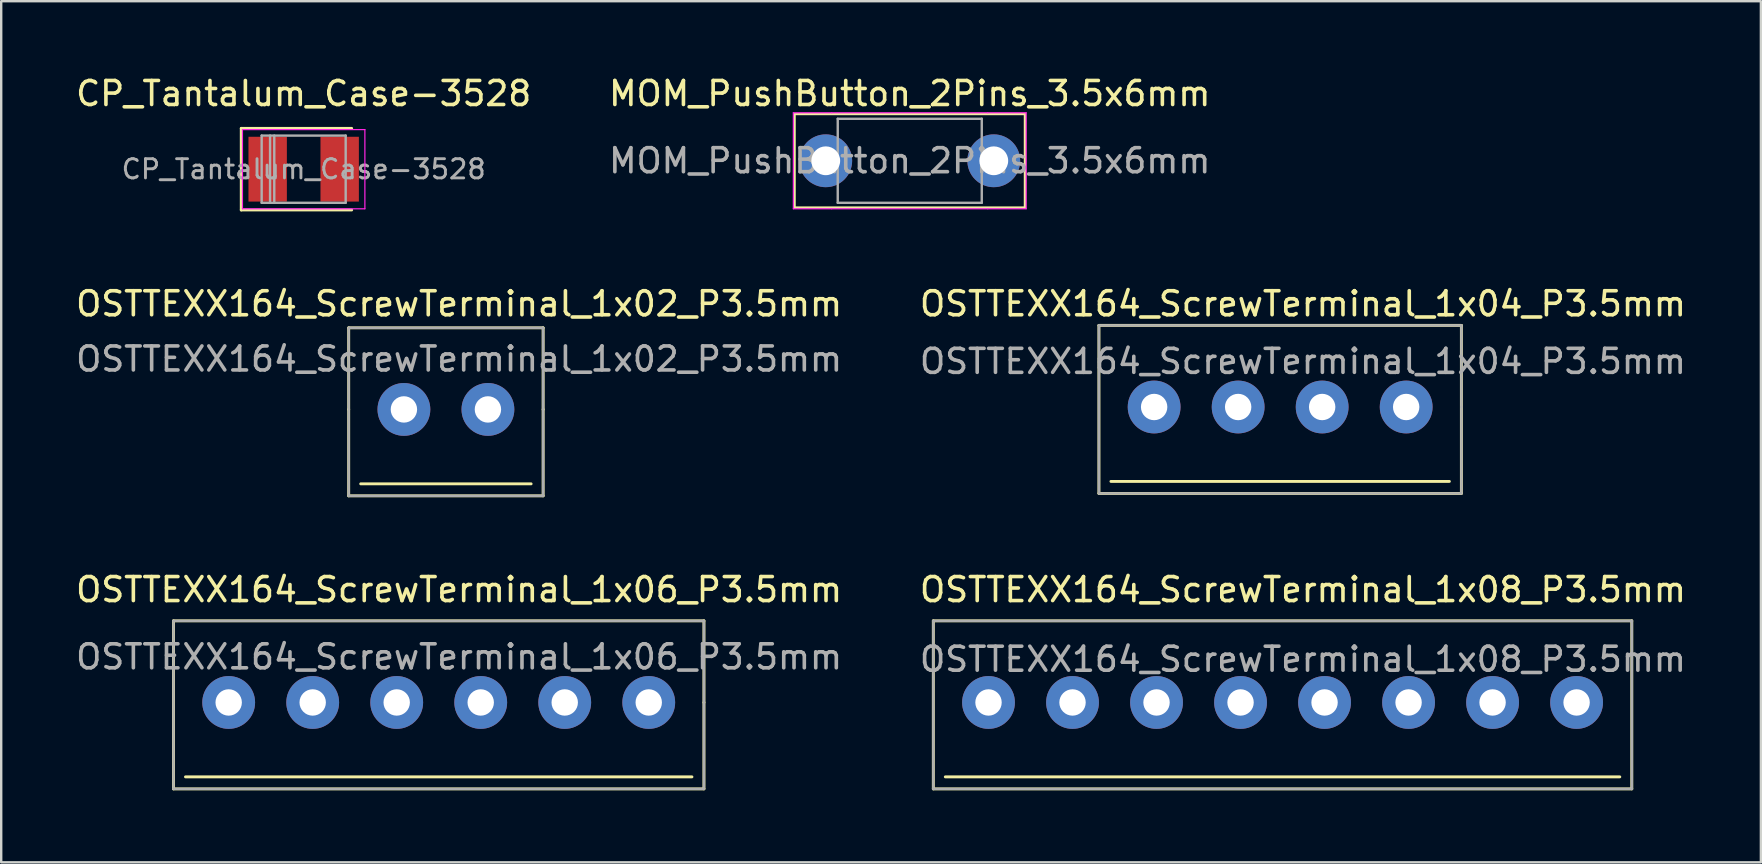
<source format=kicad_pcb>
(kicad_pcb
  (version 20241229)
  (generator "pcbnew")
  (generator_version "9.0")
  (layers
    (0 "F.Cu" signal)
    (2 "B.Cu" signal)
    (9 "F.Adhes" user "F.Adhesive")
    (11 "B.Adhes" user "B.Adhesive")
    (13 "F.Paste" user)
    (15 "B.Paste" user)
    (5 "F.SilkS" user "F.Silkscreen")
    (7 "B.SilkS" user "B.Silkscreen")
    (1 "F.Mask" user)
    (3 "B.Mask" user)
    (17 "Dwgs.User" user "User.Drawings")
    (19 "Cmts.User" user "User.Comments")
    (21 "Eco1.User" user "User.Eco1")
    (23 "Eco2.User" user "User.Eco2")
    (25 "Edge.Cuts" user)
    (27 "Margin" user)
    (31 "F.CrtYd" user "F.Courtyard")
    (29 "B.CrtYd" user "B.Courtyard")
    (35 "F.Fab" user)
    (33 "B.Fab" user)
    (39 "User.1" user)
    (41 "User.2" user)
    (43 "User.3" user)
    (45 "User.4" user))
  (footprint "OSTTEXX164_ScrewTerminal_1x06_P3.5mm"
    (layer "F.Cu")
    (at 6.477 26.215)
    (property "Reference" "OSTTEXX164_ScrewTerminal_1x06_P3.5mm" (at 9.6 -4.7 0) (layer "F.SilkS") (effects (font (size 1 1) (thickness 0.15))))
    (attr through_hole)
    (fp_line (start -2.3 -3.4) (end 19.8 -3.4) (stroke (width 0.12) (type solid)) (layer "F.SilkS"))
    (fp_line (start -2.3 3.6) (end -2.3 -3.4) (stroke (width 0.12) (type solid)) (layer "F.SilkS"))
    (fp_line (start -1.8 3.1) (end 19.3 3.1) (stroke (width 0.12) (type solid)) (layer "F.SilkS"))
    (fp_line (start 19.8 -3.4) (end 19.8 0) (stroke (width 0.12) (type solid)) (layer "F.SilkS"))
    (fp_line (start 19.8 0) (end 19.8 3.6) (stroke (width 0.12) (type solid)) (layer "F.SilkS"))
    (fp_line (start 19.8 3.6) (end -2.3 3.6) (stroke (width 0.12) (type solid)) (layer "F.SilkS"))
    (fp_line (start -2.3 -3.4) (end -2.3 3.6) (stroke (width 0.1) (type solid)) (layer "F.Fab"))
    (fp_line (start -2.3 3.6) (end 19.8 3.6) (stroke (width 0.1) (type solid)) (layer "F.Fab"))
    (fp_line (start 19.8 -3.4) (end -2.3 -3.4) (stroke (width 0.1) (type solid)) (layer "F.Fab"))
    (fp_line (start 19.8 3.6) (end 19.8 -3.4) (stroke (width 0.1) (type solid)) (layer "F.Fab"))
    (fp_text user "${REFERENCE}" (at 9.6 -1.9 0) (layer "F.Fab") (effects (font (size 1 1) (thickness 0.15))))
    (pad "1" thru_hole circle (at 0 0) (size 2.2 2.2) (drill 1.1) (layers "*.Cu" "*.Mask"))
    (pad "2" thru_hole circle (at 3.5 0) (size 2.2 2.2) (drill 1.1) (layers "*.Cu" "*.Mask"))
    (pad "3" thru_hole circle (at 7 0) (size 2.2 2.2) (drill 1.1) (layers "*.Cu" "*.Mask"))
    (pad "4" thru_hole circle (at 10.5 0) (size 2.2 2.2) (drill 1.1) (layers "*.Cu" "*.Mask"))
    (pad "5" thru_hole circle (at 14 0) (size 2.2 2.2) (drill 1.1) (layers "*.Cu" "*.Mask"))
    (pad "6" thru_hole circle (at 17.5 0) (size 2.2 2.2) (drill 1.1) (layers "*.Cu" "*.Mask")))
  (footprint "OSTTEXX164_ScrewTerminal_1x08_P3.5mm"
    (layer "F.Cu")
    (at 38.132 26.215)
    (property "Reference" "OSTTEXX164_ScrewTerminal_1x08_P3.5mm" (at 13.1 -4.7 0) (layer "F.SilkS") (effects (font (size 1 1) (thickness 0.15))))
    (attr through_hole)
    (fp_line (start -2.3 -3.4) (end 26.8 -3.4) (stroke (width 0.12) (type solid)) (layer "F.SilkS"))
    (fp_line (start -2.3 3.6) (end -2.3 -3.4) (stroke (width 0.12) (type solid)) (layer "F.SilkS"))
    (fp_line (start -1.8 3.1) (end 26.3 3.1) (stroke (width 0.12) (type solid)) (layer "F.SilkS"))
    (fp_line (start 26.8 -3.4) (end 26.8 3.6) (stroke (width 0.12) (type solid)) (layer "F.SilkS"))
    (fp_line (start 26.8 3.6) (end -2.3 3.6) (stroke (width 0.12) (type solid)) (layer "F.SilkS"))
    (fp_line (start -2.3 -3.4) (end 26.8 -3.4) (stroke (width 0.1) (type solid)) (layer "F.Fab"))
    (fp_line (start -2.3 3.6) (end -2.3 -3.4) (stroke (width 0.1) (type solid)) (layer "F.Fab"))
    (fp_line (start 26.8 -3.4) (end 26.8 3.6) (stroke (width 0.1) (type solid)) (layer "F.Fab"))
    (fp_line (start 26.8 3.6) (end -2.3 3.6) (stroke (width 0.1) (type solid)) (layer "F.Fab"))
    (fp_text user "${REFERENCE}" (at 13.1 -1.8 0) (layer "F.Fab") (effects (font (size 1 1) (thickness 0.15))))
    (pad "1" thru_hole circle (at 0 0) (size 2.2 2.2) (drill 1.1) (layers "*.Cu" "*.Mask"))
    (pad "2" thru_hole circle (at 3.5 0) (size 2.2 2.2) (drill 1.1) (layers "*.Cu" "*.Mask"))
    (pad "3" thru_hole circle (at 7 0) (size 2.2 2.2) (drill 1.1) (layers "*.Cu" "*.Mask"))
    (pad "4" thru_hole circle (at 10.5 0) (size 2.2 2.2) (drill 1.1) (layers "*.Cu" "*.Mask"))
    (pad "5" thru_hole circle (at 14 0) (size 2.2 2.2) (drill 1.1) (layers "*.Cu" "*.Mask"))
    (pad "6" thru_hole circle (at 17.5 0) (size 2.2 2.2) (drill 1.1) (layers "*.Cu" "*.Mask"))
    (pad "7" thru_hole circle (at 21 0) (size 2.2 2.2) (drill 1.1) (layers "*.Cu" "*.Mask"))
    (pad "8" thru_hole circle (at 24.5 0) (size 2.2 2.2) (drill 1.1) (layers "*.Cu" "*.Mask")))
  (footprint "MOM_PushButton_2Pins_3.5x6mm"
    (layer "F.Cu")
    (at 34.851 3.648)
    (property "Reference" "MOM_PushButton_2Pins_3.5x6mm" (at 0 -2.8 0) (layer "F.SilkS") (effects (font (size 1 1) (thickness 0.15))))
    (attr through_hole)
    (fp_line (start -4.8 -1.95) (end -4.8 1.95) (stroke (width 0.1) (type solid)) (layer "F.SilkS"))
    (fp_line (start -4.8 1.95) (end 4.8 1.95) (stroke (width 0.1) (type solid)) (layer "F.SilkS"))
    (fp_line (start 4.8 -1.95) (end -4.8 -1.95) (stroke (width 0.1) (type solid)) (layer "F.SilkS"))
    (fp_line (start 4.8 1.95) (end 4.8 -1.95) (stroke (width 0.1) (type solid)) (layer "F.SilkS"))
    (fp_line (start -4.85 -2) (end -4.85 2) (stroke (width 0.05) (type solid)) (layer "F.CrtYd"))
    (fp_line (start -4.85 2) (end -3.25 2) (stroke (width 0.05) (type solid)) (layer "F.CrtYd"))
    (fp_line (start -3.25 -2) (end -4.85 -2) (stroke (width 0.05) (type solid)) (layer "F.CrtYd"))
    (fp_line (start -3.25 2) (end 3.25 2) (stroke (width 0.05) (type solid)) (layer "F.CrtYd"))
    (fp_line (start 3.25 -2) (end -3.25 -2) (stroke (width 0.05) (type solid)) (layer "F.CrtYd"))
    (fp_line (start 3.25 -2) (end 4.85 -2) (stroke (width 0.05) (type solid)) (layer "F.CrtYd"))
    (fp_line (start 4.85 -2) (end 4.85 2) (stroke (width 0.05) (type solid)) (layer "F.CrtYd"))
    (fp_line (start 4.85 2) (end 3.25 2) (stroke (width 0.05) (type solid)) (layer "F.CrtYd"))
    (fp_line (start -3 -1.75) (end 3 -1.75) (stroke (width 0.1) (type solid)) (layer "F.Fab"))
    (fp_line (start -3 1.75) (end -3 -1.75) (stroke (width 0.1) (type solid)) (layer "F.Fab"))
    (fp_line (start 3 -1.75) (end 3 1.75) (stroke (width 0.1) (type solid)) (layer "F.Fab"))
    (fp_line (start 3 1.75) (end -3 1.75) (stroke (width 0.1) (type solid)) (layer "F.Fab"))
    (fp_text user "${REFERENCE}" (at 0 0 0) (layer "F.Fab") (effects (font (size 1 1) (thickness 0.15))))
    (pad "1" thru_hole circle (at -3.5 0) (size 2.2 2.2) (drill 1.2) (layers "*.Cu" "*.Mask"))
    (pad "2" thru_hole circle (at 3.5 0) (size 2.2 2.2) (drill 1.2) (layers "*.Cu" "*.Mask")))
  (footprint "OSTTEXX164_ScrewTerminal_1x02_P3.5mm"
    (layer "F.Cu")
    (at 13.777 14.007)
    (property "Reference" "OSTTEXX164_ScrewTerminal_1x02_P3.5mm" (at 2.3 -4.4 0) (layer "F.SilkS") (effects (font (size 1 1) (thickness 0.15))))
    (attr through_hole)
    (fp_line (start -2.3 -3.4) (end 5.8 -3.4) (stroke (width 0.12) (type solid)) (layer "F.SilkS"))
    (fp_line (start -2.3 0) (end -2.3 -3.4) (stroke (width 0.12) (type solid)) (layer "F.SilkS"))
    (fp_line (start -2.3 3.6) (end -2.3 0) (stroke (width 0.12) (type solid)) (layer "F.SilkS"))
    (fp_line (start -1.8 3.1) (end 5.3 3.1) (stroke (width 0.12) (type solid)) (layer "F.SilkS"))
    (fp_line (start 5.8 -3.4) (end 5.8 0) (stroke (width 0.12) (type solid)) (layer "F.SilkS"))
    (fp_line (start 5.8 0) (end 5.8 3.6) (stroke (width 0.12) (type solid)) (layer "F.SilkS"))
    (fp_line (start 5.8 3.6) (end -2.3 3.6) (stroke (width 0.12) (type solid)) (layer "F.SilkS"))
    (fp_line (start -2.3 -3.4) (end 5.8 -3.4) (stroke (width 0.1) (type solid)) (layer "F.Fab"))
    (fp_line (start -2.3 3.6) (end -2.3 -3.4) (stroke (width 0.1) (type solid)) (layer "F.Fab"))
    (fp_line (start 5.8 -3.4) (end 5.8 3.6) (stroke (width 0.1) (type solid)) (layer "F.Fab"))
    (fp_line (start 5.8 3.6) (end -2.3 3.6) (stroke (width 0.1) (type solid)) (layer "F.Fab"))
    (fp_text user "${REFERENCE}" (at 2.3 -2.1 0) (layer "F.Fab") (effects (font (size 1 1) (thickness 0.15))))
    (pad "1" thru_hole circle (at 0 0) (size 2.2 2.2) (drill 1.1) (layers "*.Cu" "*.Mask"))
    (pad "2" thru_hole circle (at 3.5 0) (size 2.2 2.2) (drill 1.1) (layers "*.Cu" "*.Mask")))
  (footprint "CP_Tantalum_Case-3528"
    (layer "F.Cu")
    (at 9.601 3.998)
    (property "Reference" "CP_Tantalum_Case-3528" (at 0 -3.15 0) (layer "F.SilkS") (effects (font (size 1 1) (thickness 0.15))))
    (attr smd)
    (fp_line (start -2.6 -1.7) (end -2.6 1.7) (stroke (width 0.12) (type solid)) (layer "F.SilkS"))
    (fp_line (start -2.6 -1.7) (end 2 -1.7) (stroke (width 0.12) (type solid)) (layer "F.SilkS"))
    (fp_line (start -2.6 1.7) (end 2 1.7) (stroke (width 0.12) (type solid)) (layer "F.SilkS"))
    (fp_line (start -2.55 -1.65) (end 2.55 -1.65) (stroke (width 0.05) (type solid)) (layer "F.CrtYd"))
    (fp_line (start -2.55 1.65) (end -2.55 -1.65) (stroke (width 0.05) (type solid)) (layer "F.CrtYd"))
    (fp_line (start 2.55 -1.65) (end 2.55 1.65) (stroke (width 0.05) (type solid)) (layer "F.CrtYd"))
    (fp_line (start 2.55 1.65) (end -2.55 1.65) (stroke (width 0.05) (type solid)) (layer "F.CrtYd"))
    (fp_line (start -1.75 -1.4) (end -1.75 1.4) (stroke (width 0.1) (type solid)) (layer "F.Fab"))
    (fp_line (start -1.75 1.4) (end 1.75 1.4) (stroke (width 0.1) (type solid)) (layer "F.Fab"))
    (fp_line (start -1.4 -1.4) (end -1.4 1.4) (stroke (width 0.1) (type solid)) (layer "F.Fab"))
    (fp_line (start -1.225 -1.4) (end -1.225 1.4) (stroke (width 0.1) (type solid)) (layer "F.Fab"))
    (fp_line (start 1.75 -1.4) (end -1.75 -1.4) (stroke (width 0.1) (type solid)) (layer "F.Fab"))
    (fp_line (start 1.75 1.4) (end 1.75 -1.4) (stroke (width 0.1) (type solid)) (layer "F.Fab"))
    (fp_text user "${REFERENCE}" (at 0 0 0) (layer "F.Fab") (effects (font (size 0.8 0.8) (thickness 0.12))))
    (pad "1" smd rect (at -1.5 0) (size 1.6 2.7) (layers "F.Cu" "F.Mask" "F.Paste"))
    (pad "2" smd rect (at 1.5 0) (size 1.6 2.7) (layers "F.Cu" "F.Mask" "F.Paste")))
  (footprint "OSTTEXX164_ScrewTerminal_1x04_P3.5mm"
    (layer "F.Cu")
    (at 45.032 13.906)
    (property "Reference" "OSTTEXX164_ScrewTerminal_1x04_P3.5mm" (at 6.2 -4.3 0) (layer "F.SilkS") (effects (font (size 1 1) (thickness 0.15))))
    (attr through_hole)
    (fp_line (start -2.3 -3.4) (end 12.8 -3.4) (stroke (width 0.12) (type solid)) (layer "F.SilkS"))
    (fp_line (start -2.3 3.6) (end -2.3 -3.4) (stroke (width 0.12) (type solid)) (layer "F.SilkS"))
    (fp_line (start -1.8 3.1) (end 12.3 3.1) (stroke (width 0.12) (type solid)) (layer "F.SilkS"))
    (fp_line (start 12.8 -3.4) (end 12.8 3.6) (stroke (width 0.12) (type solid)) (layer "F.SilkS"))
    (fp_line (start 12.8 3.6) (end -2.3 3.6) (stroke (width 0.12) (type solid)) (layer "F.SilkS"))
    (fp_line (start -2.3 -3.4) (end 12.8 -3.4) (stroke (width 0.1) (type solid)) (layer "F.Fab"))
    (fp_line (start -2.3 3.6) (end -2.3 -3.4) (stroke (width 0.1) (type solid)) (layer "F.Fab"))
    (fp_line (start 12.8 -3.4) (end 12.8 0) (stroke (width 0.1) (type solid)) (layer "F.Fab"))
    (fp_line (start 12.8 0) (end 12.8 3.6) (stroke (width 0.1) (type solid)) (layer "F.Fab"))
    (fp_line (start 12.8 3.6) (end -2.3 3.6) (stroke (width 0.1) (type solid)) (layer "F.Fab"))
    (fp_text user "${REFERENCE}" (at 6.2 -1.9 0) (layer "F.Fab") (effects (font (size 1 1) (thickness 0.15))))
    (pad "1" thru_hole circle (at 0 0) (size 2.2 2.2) (drill 1.1) (layers "*.Cu" "*.Mask"))
    (pad "2" thru_hole circle (at 3.5 0) (size 2.2 2.2) (drill 1.1) (layers "*.Cu" "*.Mask"))
    (pad "3" thru_hole circle (at 7 0) (size 2.2 2.2) (drill 1.1) (layers "*.Cu" "*.Mask"))
    (pad "4" thru_hole circle (at 10.5 0) (size 2.2 2.2) (drill 1.1) (layers "*.Cu" "*.Mask")))
  (gr_rect
    (start -3 -3)
    (end 70.31 32.875)
    (stroke (width 0.1) (type default))
    (fill no)
    (layer "Edge.Cuts")))
</source>
